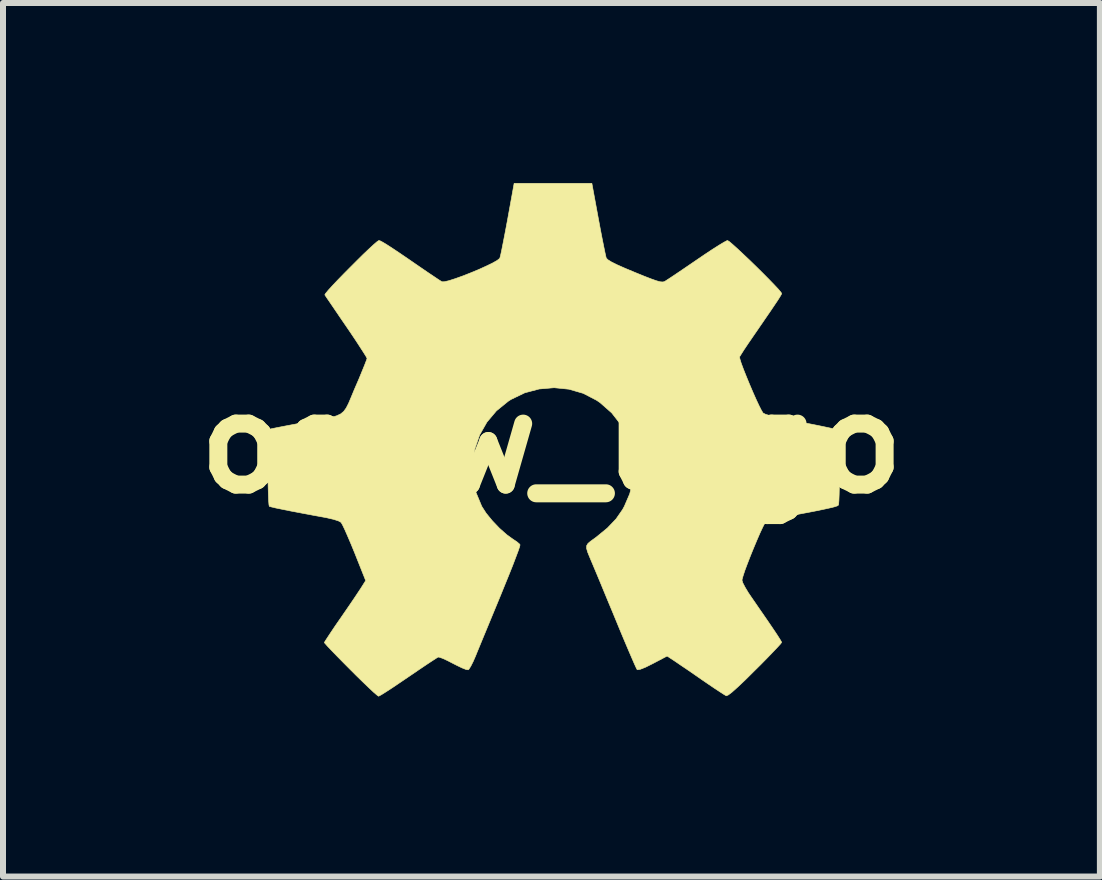
<source format=kicad_pcb>
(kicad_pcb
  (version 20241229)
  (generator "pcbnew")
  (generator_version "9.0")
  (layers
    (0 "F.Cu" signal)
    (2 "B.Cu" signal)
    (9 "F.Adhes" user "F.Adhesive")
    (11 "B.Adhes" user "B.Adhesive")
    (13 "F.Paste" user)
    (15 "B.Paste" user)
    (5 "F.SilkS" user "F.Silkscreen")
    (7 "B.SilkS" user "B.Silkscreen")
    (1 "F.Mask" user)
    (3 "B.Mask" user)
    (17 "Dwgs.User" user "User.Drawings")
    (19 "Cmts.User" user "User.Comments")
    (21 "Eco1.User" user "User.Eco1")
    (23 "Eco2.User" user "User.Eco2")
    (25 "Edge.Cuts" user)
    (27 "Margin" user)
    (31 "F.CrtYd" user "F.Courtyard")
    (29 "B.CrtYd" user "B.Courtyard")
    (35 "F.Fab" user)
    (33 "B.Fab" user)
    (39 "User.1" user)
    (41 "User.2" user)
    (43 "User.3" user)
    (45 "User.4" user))
  (footprint "oshw_logo"
    (layer "F.Cu")
    (at 6.14 4.336)
    (property "Reference" "oshw_logo" (at 0 0 0) (layer "F.SilkS") (effects (font (size 1.524 1.524) (thickness 0.3))))
    (attr through_hole)
    (fp_poly (pts (xy 0.783 -3.734) (xy 0.815 -3.563) (xy 0.845 -3.408) (xy 0.872 -3.274) (xy 0.893 -3.171) (xy 0.908 -3.104) (xy 0.913 -3.086) (xy 0.938 -3.059) (xy 0.997 -3.022) (xy 1.093 -2.974) (xy 1.231 -2.913) (xy 1.382 -2.85) (xy 1.541 -2.785) (xy 1.66 -2.739) (xy 1.747 -2.708) (xy 1.807 -2.691) (xy 1.848 -2.687) (xy 1.876 -2.691) (xy 1.887 -2.696) (xy 1.923 -2.719) (xy 1.995 -2.766) (xy 2.095 -2.833) (xy 2.216 -2.915) (xy 2.351 -3.007) (xy 2.417 -3.052) (xy 2.555 -3.146) (xy 2.682 -3.23) (xy 2.789 -3.298) (xy 2.872 -3.348) (xy 2.923 -3.375) (xy 2.934 -3.378) (xy 2.962 -3.361) (xy 3.019 -3.313) (xy 3.099 -3.241) (xy 3.195 -3.151) (xy 3.303 -3.049) (xy 3.415 -2.94) (xy 3.525 -2.831) (xy 3.627 -2.728) (xy 3.715 -2.637) (xy 3.784 -2.563) (xy 3.825 -2.514) (xy 3.835 -2.496) (xy 3.833 -2.485) (xy 3.822 -2.465) (xy 3.801 -2.43) (xy 3.768 -2.378) (xy 3.718 -2.304) (xy 3.65 -2.203) (xy 3.56 -2.072) (xy 3.447 -1.907) (xy 3.345 -1.759) (xy 3.271 -1.651) (xy 3.208 -1.557) (xy 3.162 -1.484) (xy 3.136 -1.442) (xy 3.134 -1.438) (xy 3.14 -1.404) (xy 3.162 -1.333) (xy 3.199 -1.233) (xy 3.246 -1.115) (xy 3.299 -0.986) (xy 3.354 -0.857) (xy 3.408 -0.735) (xy 3.457 -0.63) (xy 3.497 -0.551) (xy 3.524 -0.506) (xy 3.527 -0.503) (xy 3.565 -0.483) (xy 3.646 -0.458) (xy 3.77 -0.428) (xy 3.941 -0.392) (xy 4.128 -0.356) (xy 4.293 -0.325) (xy 4.444 -0.295) (xy 4.573 -0.268) (xy 4.671 -0.247) (xy 4.731 -0.232) (xy 4.743 -0.228) (xy 4.761 -0.219) (xy 4.775 -0.207) (xy 4.785 -0.183) (xy 4.792 -0.143) (xy 4.797 -0.079) (xy 4.799 0.014) (xy 4.8 0.143) (xy 4.8 0.313) (xy 4.8 0.4) (xy 4.799 0.571) (xy 4.797 0.725) (xy 4.794 0.856) (xy 4.79 0.956) (xy 4.785 1.017) (xy 4.781 1.032) (xy 4.761 1.045) (xy 4.711 1.061) (xy 4.628 1.081) (xy 4.509 1.107) (xy 4.351 1.139) (xy 4.15 1.177) (xy 3.903 1.223) (xy 3.85 1.232) (xy 3.743 1.253) (xy 3.653 1.274) (xy 3.593 1.291) (xy 3.58 1.296) (xy 3.559 1.325) (xy 3.523 1.394) (xy 3.477 1.492) (xy 3.425 1.612) (xy 3.37 1.743) (xy 3.315 1.878) (xy 3.265 2.007) (xy 3.222 2.122) (xy 3.192 2.214) (xy 3.176 2.273) (xy 3.175 2.284) (xy 3.189 2.329) (xy 3.227 2.402) (xy 3.281 2.492) (xy 3.319 2.548) (xy 3.469 2.766) (xy 3.592 2.944) (xy 3.688 3.085) (xy 3.759 3.191) (xy 3.806 3.265) (xy 3.831 3.307) (xy 3.835 3.32) (xy 3.818 3.343) (xy 3.77 3.396) (xy 3.695 3.475) (xy 3.599 3.575) (xy 3.486 3.69) (xy 3.393 3.782) (xy 3.233 3.941) (xy 3.105 4.062) (xy 3.01 4.147) (xy 2.947 4.195) (xy 2.914 4.209) (xy 2.913 4.209) (xy 2.88 4.19) (xy 2.813 4.147) (xy 2.72 4.086) (xy 2.608 4.01) (xy 2.51 3.943) (xy 2.382 3.854) (xy 2.26 3.77) (xy 2.153 3.698) (xy 2.073 3.643) (xy 2.037 3.619) (xy 1.927 3.547) (xy 1.689 3.672) (xy 1.565 3.734) (xy 1.479 3.768) (xy 1.433 3.775) (xy 1.427 3.772) (xy 1.412 3.743) (xy 1.38 3.673) (xy 1.334 3.567) (xy 1.276 3.432) (xy 1.209 3.274) (xy 1.135 3.097) (xy 1.094 2.997) (xy 1.014 2.803) (xy 0.935 2.614) (xy 0.862 2.437) (xy 0.798 2.282) (xy 0.745 2.155) (xy 0.707 2.065) (xy 0.698 2.043) (xy 0.642 1.911) (xy 0.604 1.818) (xy 0.585 1.754) (xy 0.586 1.708) (xy 0.608 1.671) (xy 0.651 1.634) (xy 0.718 1.586) (xy 0.744 1.567) (xy 0.932 1.413) (xy 1.077 1.261) (xy 1.186 1.104) (xy 1.215 1.05) (xy 1.303 0.846) (xy 1.354 0.65) (xy 1.371 0.444) (xy 1.372 0.419) (xy 1.347 0.164) (xy 1.275 -0.08) (xy 1.16 -0.305) (xy 1.004 -0.505) (xy 0.811 -0.675) (xy 0.751 -0.716) (xy 0.529 -0.831) (xy 0.291 -0.9) (xy 0.044 -0.925) (xy -0.204 -0.904) (xy -0.445 -0.84) (xy -0.673 -0.73) (xy -0.72 -0.7) (xy -0.917 -0.54) (xy -1.076 -0.351) (xy -1.197 -0.138) (xy -1.276 0.092) (xy -1.314 0.333) (xy -1.308 0.579) (xy -1.257 0.823) (xy -1.162 1.052) (xy -1.089 1.166) (xy -0.986 1.292) (xy -0.867 1.417) (xy -0.745 1.525) (xy -0.641 1.6) (xy -0.576 1.643) (xy -0.533 1.68) (xy -0.524 1.693) (xy -0.53 1.722) (xy -0.554 1.793) (xy -0.594 1.899) (xy -0.646 2.036) (xy -0.71 2.196) (xy -0.783 2.375) (xy -0.841 2.518) (xy -0.924 2.719) (xy -1.005 2.915) (xy -1.081 3.099) (xy -1.149 3.263) (xy -1.205 3.399) (xy -1.247 3.501) (xy -1.262 3.539) (xy -1.305 3.638) (xy -1.345 3.717) (xy -1.376 3.766) (xy -1.387 3.776) (xy -1.423 3.771) (xy -1.491 3.744) (xy -1.58 3.701) (xy -1.639 3.671) (xy -1.736 3.621) (xy -1.817 3.584) (xy -1.873 3.565) (xy -1.89 3.564) (xy -1.919 3.582) (xy -1.984 3.624) (xy -2.078 3.686) (xy -2.194 3.764) (xy -2.326 3.854) (xy -2.388 3.896) (xy -2.525 3.989) (xy -2.648 4.072) (xy -2.751 4.139) (xy -2.829 4.188) (xy -2.874 4.213) (xy -2.882 4.216) (xy -2.906 4.199) (xy -2.962 4.151) (xy -3.042 4.076) (xy -3.143 3.979) (xy -3.258 3.867) (xy -3.347 3.778) (xy -3.468 3.656) (xy -3.577 3.545) (xy -3.667 3.452) (xy -3.735 3.38) (xy -3.775 3.335) (xy -3.785 3.322) (xy -3.771 3.297) (xy -3.732 3.237) (xy -3.674 3.149) (xy -3.601 3.04) (xy -3.524 2.929) (xy -3.433 2.797) (xy -3.345 2.669) (xy -3.268 2.555) (xy -3.209 2.466) (xy -3.179 2.421) (xy -3.096 2.289) (xy -3.281 1.824) (xy -3.341 1.678) (xy -3.397 1.547) (xy -3.445 1.438) (xy -3.483 1.359) (xy -3.507 1.319) (xy -3.508 1.318) (xy -3.552 1.294) (xy -3.634 1.268) (xy -3.742 1.243) (xy -3.788 1.234) (xy -3.985 1.198) (xy -4.171 1.163) (xy -4.339 1.131) (xy -4.483 1.102) (xy -4.596 1.079) (xy -4.671 1.061) (xy -4.702 1.052) (xy -4.708 1.024) (xy -4.714 0.952) (xy -4.718 0.843) (xy -4.722 0.705) (xy -4.724 0.544) (xy -4.724 0.407) (xy -4.724 0.211) (xy -4.723 0.059) (xy -4.721 -0.053) (xy -4.717 -0.132) (xy -4.711 -0.185) (xy -4.703 -0.216) (xy -4.692 -0.232) (xy -4.68 -0.238) (xy -4.642 -0.246) (xy -4.563 -0.262) (xy -4.45 -0.284) (xy -4.313 -0.31) (xy -4.16 -0.339) (xy -4.14 -0.343) (xy -3.943 -0.378) (xy -3.788 -0.406) (xy -3.669 -0.431) (xy -3.58 -0.457) (xy -3.513 -0.488) (xy -3.462 -0.53) (xy -3.421 -0.587) (xy -3.382 -0.663) (xy -3.34 -0.762) (xy -3.287 -0.89) (xy -3.268 -0.934) (xy -3.207 -1.075) (xy -3.155 -1.202) (xy -3.113 -1.305) (xy -3.085 -1.378) (xy -3.073 -1.412) (xy -3.073 -1.413) (xy -3.087 -1.441) (xy -3.126 -1.504) (xy -3.186 -1.597) (xy -3.262 -1.714) (xy -3.352 -1.848) (xy -3.419 -1.946) (xy -3.516 -2.088) (xy -3.603 -2.216) (xy -3.677 -2.325) (xy -3.734 -2.408) (xy -3.768 -2.459) (xy -3.777 -2.473) (xy -3.764 -2.496) (xy -3.72 -2.549) (xy -3.651 -2.625) (xy -3.563 -2.718) (xy -3.462 -2.822) (xy -3.353 -2.932) (xy -3.243 -3.042) (xy -3.138 -3.146) (xy -3.042 -3.237) (xy -2.963 -3.31) (xy -2.906 -3.359) (xy -2.877 -3.378) (xy -2.876 -3.378) (xy -2.854 -3.372) (xy -2.814 -3.351) (xy -2.752 -3.314) (xy -2.665 -3.258) (xy -2.548 -3.18) (xy -2.398 -3.078) (xy -2.211 -2.949) (xy -2.174 -2.924) (xy -2.062 -2.847) (xy -1.962 -2.78) (xy -1.883 -2.727) (xy -1.834 -2.696) (xy -1.825 -2.691) (xy -1.785 -2.691) (xy -1.707 -2.709) (xy -1.602 -2.743) (xy -1.479 -2.787) (xy -1.347 -2.839) (xy -1.214 -2.894) (xy -1.091 -2.95) (xy -0.985 -3.001) (xy -0.907 -3.045) (xy -0.865 -3.078) (xy -0.861 -3.084) (xy -0.85 -3.123) (xy -0.832 -3.205) (xy -0.809 -3.321) (xy -0.781 -3.464) (xy -0.75 -3.627) (xy -0.73 -3.734) (xy -0.622 -4.331) (xy 0.673 -4.331) (xy 0.783 -3.734)) (stroke (width 0.01) (type solid)) (fill yes) (layer "F.SilkS")))
  (gr_rect
    (start -3 -3)
    (end 15.279 11.557)
    (stroke (width 0.1) (type default))
    (fill no)
    (layer "Edge.Cuts")))
</source>
